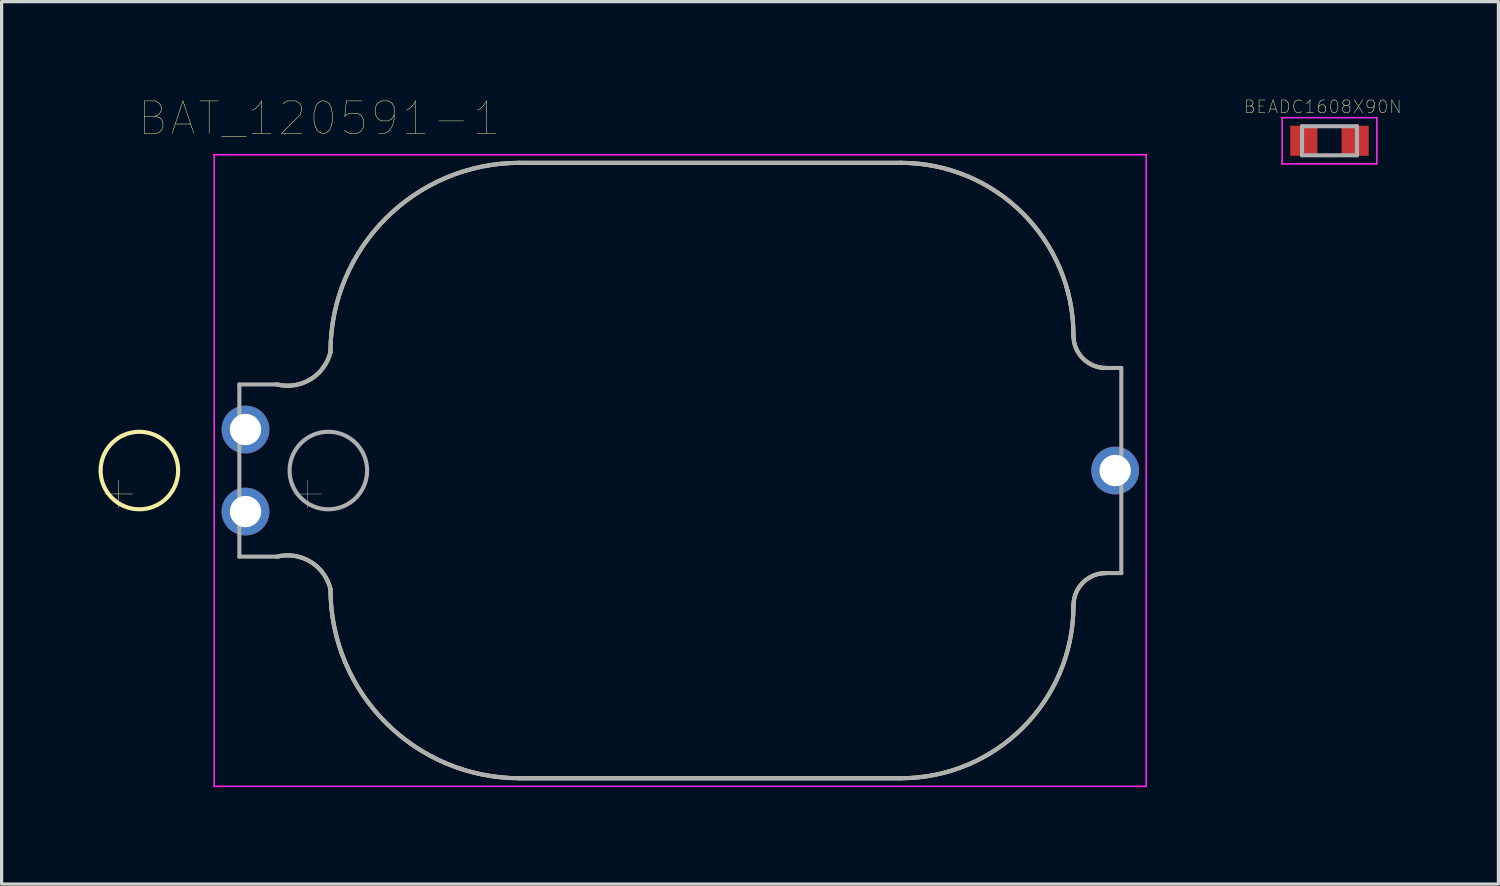
<source format=kicad_pcb>
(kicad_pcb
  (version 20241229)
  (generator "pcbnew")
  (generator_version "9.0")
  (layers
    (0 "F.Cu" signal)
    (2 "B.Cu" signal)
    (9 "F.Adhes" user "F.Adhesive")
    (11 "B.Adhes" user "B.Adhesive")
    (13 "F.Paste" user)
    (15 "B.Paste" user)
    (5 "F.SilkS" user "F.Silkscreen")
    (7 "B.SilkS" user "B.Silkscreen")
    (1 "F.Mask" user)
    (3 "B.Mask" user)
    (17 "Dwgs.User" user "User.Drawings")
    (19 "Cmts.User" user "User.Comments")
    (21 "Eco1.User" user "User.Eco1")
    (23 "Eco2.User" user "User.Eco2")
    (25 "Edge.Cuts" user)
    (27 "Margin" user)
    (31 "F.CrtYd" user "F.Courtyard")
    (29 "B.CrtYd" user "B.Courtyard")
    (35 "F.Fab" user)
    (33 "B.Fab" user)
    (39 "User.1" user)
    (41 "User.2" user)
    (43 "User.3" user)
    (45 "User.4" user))
  (footprint "BAT_120591-1"
    (layer "F.Cu")
    (at 18.009 11.515)
    (property "Reference" "BAT_120591-1" (at -11.173 -10.903 0) (layer "F.SilkS") (effects (font (size 1.002 1.002) (thickness 0.015))))
    (attr through_hole)
    (fp_line (start -4.97 9.525) (end 6.82 9.525) (stroke (width 0.127) (type solid)) (layer "F.SilkS"))
    (fp_line (start 6.82 -9.525) (end -4.97 -9.525) (stroke (width 0.127) (type solid)) (layer "F.SilkS"))
    (fp_arc (start -12.485 2.665) (mid -11.450393 2.822238) (end -10.83 3.665) (stroke (width 0.127) (type solid)) (layer "F.SilkS"))
    (fp_arc (start -10.83 -3.665) (mid -11.450393 -2.822238) (end -12.485 -2.665) (stroke (width 0.127) (type solid)) (layer "F.SilkS"))
    (fp_arc (start -10.83 -3.665) (mid -9.113646 -7.808646) (end -4.97 -9.525) (stroke (width 0.127) (type solid)) (layer "F.SilkS"))
    (fp_arc (start -4.97 9.525) (mid -9.113646 7.808646) (end -10.83 3.665) (stroke (width 0.127) (type solid)) (layer "F.SilkS"))
    (fp_arc (start 6.82 -9.525) (mid 10.603021 -7.958021) (end 12.17 -4.175) (stroke (width 0.127) (type solid)) (layer "F.SilkS"))
    (fp_arc (start 12.17 4.175) (mid 10.603021 7.958021) (end 6.82 9.525) (stroke (width 0.127) (type solid)) (layer "F.SilkS"))
    (fp_arc (start 12.17 4.175) (mid 12.462893 3.467893) (end 13.17 3.175) (stroke (width 0.127) (type solid)) (layer "F.SilkS"))
    (fp_arc (start 13.17 -3.175) (mid 12.462893 -3.467893) (end 12.17 -4.175) (stroke (width 0.127) (type solid)) (layer "F.SilkS"))
    (fp_circle (center -16.745 0) (end -15.545 0) (stroke (width 0.127) (type solid)) (fill no) (layer "F.SilkS"))
    (fp_line (start -14.43 -9.775) (end 14.42 -9.775) (stroke (width 0.05) (type solid)) (layer "F.CrtYd"))
    (fp_line (start -14.43 9.775) (end -14.43 -9.775) (stroke (width 0.05) (type solid)) (layer "F.CrtYd"))
    (fp_line (start 14.42 -9.775) (end 14.42 9.775) (stroke (width 0.05) (type solid)) (layer "F.CrtYd"))
    (fp_line (start 14.42 9.775) (end -14.43 9.775) (stroke (width 0.05) (type solid)) (layer "F.CrtYd"))
    (fp_line (start -13.65 -2.665) (end -13.65 2.665) (stroke (width 0.127) (type solid)) (layer "F.Fab"))
    (fp_line (start -13.65 -2.665) (end -12.485 -2.665) (stroke (width 0.127) (type solid)) (layer "F.Fab"))
    (fp_line (start -13.65 2.665) (end -12.485 2.665) (stroke (width 0.127) (type solid)) (layer "F.Fab"))
    (fp_line (start -4.97 9.525) (end 6.82 9.525) (stroke (width 0.127) (type solid)) (layer "F.Fab"))
    (fp_line (start 6.82 -9.525) (end -4.97 -9.525) (stroke (width 0.127) (type solid)) (layer "F.Fab"))
    (fp_line (start 13.17 3.175) (end 13.65 3.175) (stroke (width 0.127) (type solid)) (layer "F.Fab"))
    (fp_line (start 13.65 -3.175) (end 13.17 -3.175) (stroke (width 0.127) (type solid)) (layer "F.Fab"))
    (fp_line (start 13.65 -3.175) (end 13.65 3.175) (stroke (width 0.127) (type solid)) (layer "F.Fab"))
    (fp_arc (start -12.485 2.665) (mid -11.450393 2.822238) (end -10.83 3.665) (stroke (width 0.127) (type solid)) (layer "F.Fab"))
    (fp_arc (start -10.83 -3.665) (mid -11.450393 -2.822238) (end -12.485 -2.665) (stroke (width 0.127) (type solid)) (layer "F.Fab"))
    (fp_arc (start -10.83 -3.665) (mid -9.113646 -7.808646) (end -4.97 -9.525) (stroke (width 0.127) (type solid)) (layer "F.Fab"))
    (fp_arc (start -4.97 9.525) (mid -9.113646 7.808646) (end -10.83 3.665) (stroke (width 0.127) (type solid)) (layer "F.Fab"))
    (fp_arc (start 6.82 -9.525) (mid 10.603021 -7.958021) (end 12.17 -4.175) (stroke (width 0.127) (type solid)) (layer "F.Fab"))
    (fp_arc (start 12.17 4.175) (mid 10.603021 7.958021) (end 6.82 9.525) (stroke (width 0.127) (type solid)) (layer "F.Fab"))
    (fp_arc (start 12.17 4.175) (mid 12.462893 3.467893) (end 13.17 3.175) (stroke (width 0.127) (type solid)) (layer "F.Fab"))
    (fp_arc (start 13.17 -3.175) (mid 12.462893 -3.467893) (end 12.17 -4.175) (stroke (width 0.127) (type solid)) (layer "F.Fab"))
    (fp_circle (center -10.895 0) (end -9.695 0) (stroke (width 0.127) (type solid)) (fill no) (layer "F.Fab"))
    (fp_text user "+" (at -17.387 0.635 0) (layer "F.SilkS") (effects (font (size 1.12 1.12) (thickness 0.015))))
    (fp_text user "+" (at -11.54 0.636 0) (layer "F.Fab") (effects (font (size 1.121 1.121) (thickness 0.015))))
    (pad "+1" thru_hole circle (at -13.46 -1.27) (size 1.478 1.478) (drill 0.97) (layers "*.Cu" "*.Mask"))
    (pad "+2" thru_hole circle (at -13.46 1.27) (size 1.478 1.478) (drill 0.97) (layers "*.Cu" "*.Mask"))
    (pad "-" thru_hole circle (at 13.46 0) (size 1.478 1.478) (drill 0.97) (layers "*.Cu" "*.Mask")))
  (footprint "BEADC1608X90N"
    (layer "F.Cu")
    (at 38.103 1.307)
    (property "Reference" "BEADC1608X90N" (at -0.21 -1.05 0) (layer "F.SilkS") (effects (font (size 0.394 0.394) (thickness 0.015))))
    (attr through_hole)
    (fp_line (start -1.465 -0.715) (end 1.465 -0.715) (stroke (width 0.05) (type solid)) (layer "F.CrtYd"))
    (fp_line (start -1.465 0.715) (end -1.465 -0.715) (stroke (width 0.05) (type solid)) (layer "F.CrtYd"))
    (fp_line (start -1.465 0.715) (end 1.465 0.715) (stroke (width 0.05) (type solid)) (layer "F.CrtYd"))
    (fp_line (start 1.465 0.715) (end 1.465 -0.715) (stroke (width 0.05) (type solid)) (layer "F.CrtYd"))
    (fp_line (start -0.85 0.45) (end -0.85 -0.45) (stroke (width 0.127) (type solid)) (layer "F.Fab"))
    (fp_line (start 0.85 -0.45) (end -0.85 -0.45) (stroke (width 0.127) (type solid)) (layer "F.Fab"))
    (fp_line (start 0.85 0.45) (end -0.85 0.45) (stroke (width 0.127) (type solid)) (layer "F.Fab"))
    (fp_line (start 0.85 0.45) (end 0.85 -0.45) (stroke (width 0.127) (type solid)) (layer "F.Fab"))
    (pad "1" smd rect (at -0.795 0) (size 0.84 0.93) (layers "F.Cu" "F.Mask" "F.Paste"))
    (pad "2" smd rect (at 0.795 0) (size 0.84 0.93) (layers "F.Cu" "F.Mask" "F.Paste")))
  (gr_rect
    (start -3 -3)
    (end 43.332 24.315)
    (stroke (width 0.1) (type default))
    (fill no)
    (layer "Edge.Cuts")))
</source>
